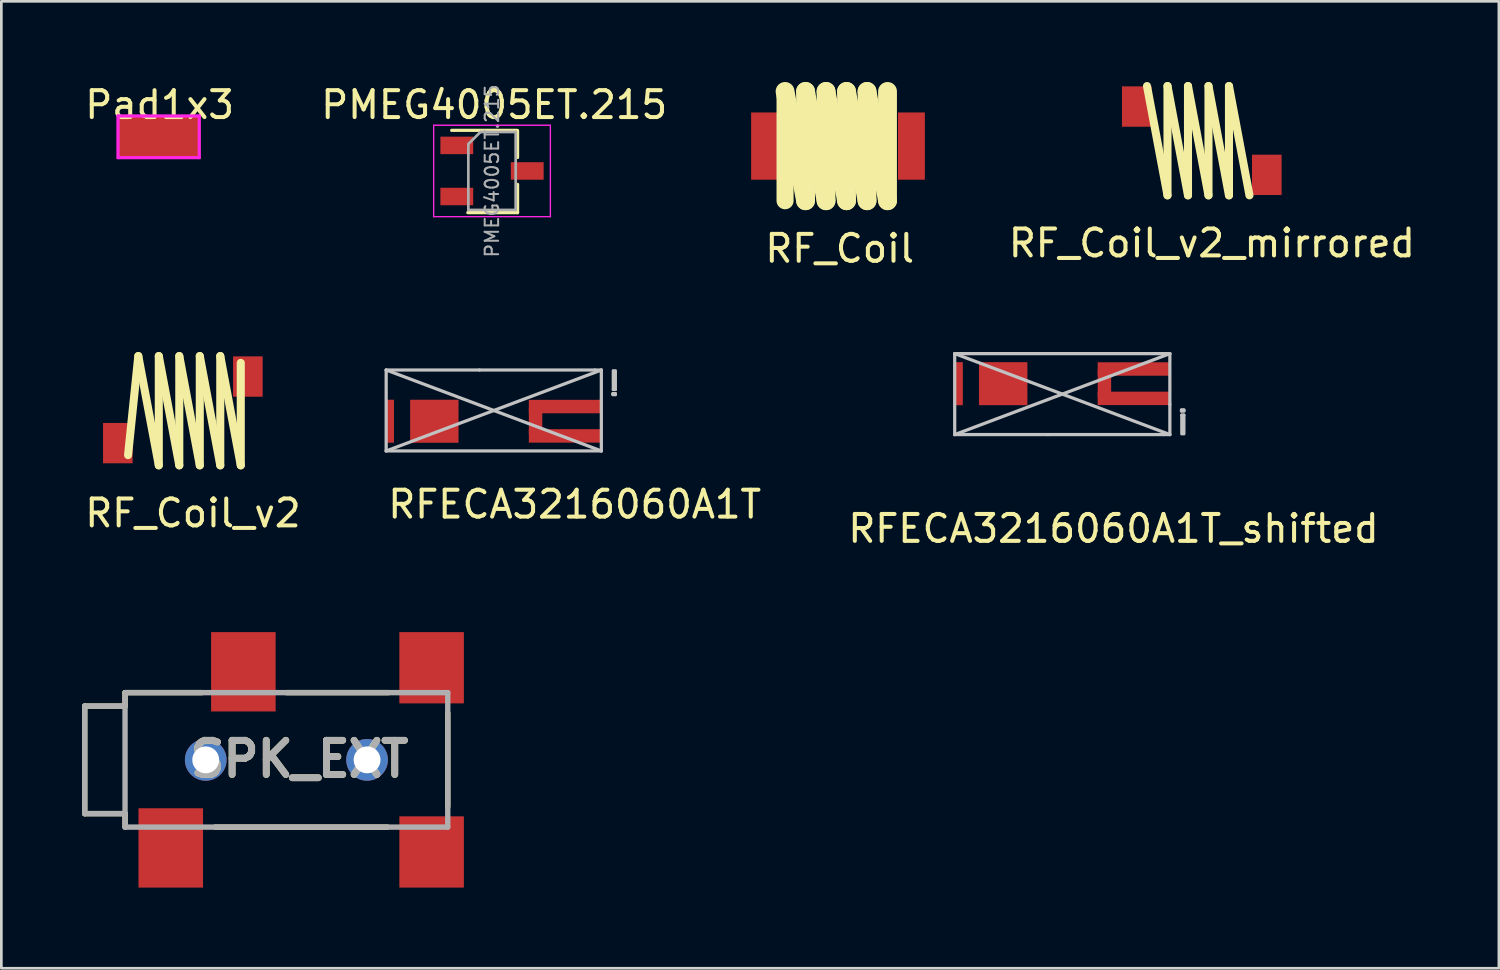
<source format=kicad_pcb>
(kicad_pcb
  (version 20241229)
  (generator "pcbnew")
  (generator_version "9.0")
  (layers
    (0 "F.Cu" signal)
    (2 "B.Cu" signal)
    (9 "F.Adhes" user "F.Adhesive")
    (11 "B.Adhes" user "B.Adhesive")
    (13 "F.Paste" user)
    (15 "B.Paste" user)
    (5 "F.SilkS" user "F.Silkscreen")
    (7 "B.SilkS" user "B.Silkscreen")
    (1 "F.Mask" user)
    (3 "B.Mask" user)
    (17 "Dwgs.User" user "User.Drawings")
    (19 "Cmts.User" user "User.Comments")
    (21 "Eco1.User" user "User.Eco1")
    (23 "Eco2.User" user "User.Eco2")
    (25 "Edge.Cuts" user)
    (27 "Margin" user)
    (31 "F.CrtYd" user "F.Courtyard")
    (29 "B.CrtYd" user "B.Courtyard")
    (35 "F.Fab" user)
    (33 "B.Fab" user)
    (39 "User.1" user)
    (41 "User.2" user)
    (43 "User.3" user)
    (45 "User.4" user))
  (footprint "RFECA3216060A1T_shifted"
    (layer "F.Cu")
    (at 36.807 11.192)
    (property "Reference" "RFECA3216060A1T_shifted" (at 1.549 5.415 0) (layer "F.SilkS") (effects (font (size 1 1) (thickness 0.15))))
    (attr through_hole)
    (fp_line (start -4.356 -1.092) (end -4.356 1.918) (stroke (width 0.12) (type solid)) (layer "Dwgs.User"))
    (fp_line (start -4.356 1.918) (end -0.889 1.918) (stroke (width 0.12) (type solid)) (layer "Dwgs.User"))
    (fp_line (start -4.356 1.918) (end 3.645 -1.092) (stroke (width 0.12) (type solid)) (layer "Dwgs.User"))
    (fp_line (start -0.889 1.918) (end 3.404 1.918) (stroke (width 0.12) (type solid)) (layer "Dwgs.User"))
    (fp_line (start 3.645 -1.092) (end -4.356 -1.092) (stroke (width 0.12) (type solid)) (layer "Dwgs.User"))
    (fp_line (start 3.645 -1.092) (end 3.645 0.8) (stroke (width 0.12) (type solid)) (layer "Dwgs.User"))
    (fp_line (start 3.645 0.8) (end 3.645 1.918) (stroke (width 0.12) (type solid)) (layer "Dwgs.User"))
    (fp_line (start 3.645 1.918) (end -4.356 -1.092) (stroke (width 0.12) (type solid)) (layer "Dwgs.User"))
    (fp_line (start 3.645 1.918) (end 3.404 1.918) (stroke (width 0.12) (type solid)) (layer "Dwgs.User"))
    (fp_line (start 4.077 1.003) (end 4.166 1.003) (stroke (width 0.12) (type solid)) (layer "Dwgs.User"))
    (fp_line (start 4.077 1.041) (end 4.077 1.003) (stroke (width 0.12) (type solid)) (layer "Dwgs.User"))
    (fp_line (start 4.089 1.194) (end 4.166 1.194) (stroke (width 0.12) (type solid)) (layer "Dwgs.User"))
    (fp_line (start 4.089 1.892) (end 4.089 1.194) (stroke (width 0.12) (type solid)) (layer "Dwgs.User"))
    (fp_line (start 4.166 1.003) (end 4.166 1.041) (stroke (width 0.12) (type solid)) (layer "Dwgs.User"))
    (fp_line (start 4.166 1.041) (end 4.077 1.041) (stroke (width 0.12) (type solid)) (layer "Dwgs.User"))
    (fp_line (start 4.166 1.194) (end 4.166 1.892) (stroke (width 0.12) (type solid)) (layer "Dwgs.User"))
    (pad "1" smd rect (at 2.311 0.572) (size 2.7 0.5) (layers "F.Cu" "F.Mask" "F.Paste"))
    (pad "2" smd rect (at -4.204 0.025) (size 0.3 1.6) (layers "F.Cu" "F.Mask" "F.Paste"))
    (pad "2" smd rect (at 2.311 -0.521) (size 2.7 0.5) (layers "F.Cu" "F.Mask" "F.Paste"))
    (pad "M" smd rect (at -2.553 0.025) (size 1.8 1.6) (layers "F.Cu" "F.Mask" "F.Paste"))
    (pad "nc" smd rect (at 1.212 0.018) (size 0.5 1) (layers "F.Cu" "F.Mask" "F.Paste")))
  (footprint "SPK_EXT"
    (layer "F.Cu")
    (at 1.6 25.206)
    (property "Reference" "SPK_EXT" (at 6.491 -0.031 0) (layer "F.SilkS") (effects (font (size 1.27 1.27) (thickness 0.254))))
    (attr through_hole)
    (fp_line (start -1.5 -2) (end 0 -2) (stroke (width 0.2) (type solid)) (layer "F.SilkS"))
    (fp_line (start -1.5 2) (end -1.5 -2) (stroke (width 0.2) (type solid)) (layer "F.SilkS"))
    (fp_line (start 0 -2.5) (end 2.864 -2.5) (stroke (width 0.2) (type solid)) (layer "F.SilkS"))
    (fp_line (start 0 -2) (end 0 -2.5) (stroke (width 0.2) (type solid)) (layer "F.SilkS"))
    (fp_line (start 0 2) (end -1.5 2) (stroke (width 0.2) (type solid)) (layer "F.SilkS"))
    (fp_line (start 0 2.5) (end 0 2) (stroke (width 0.2) (type solid)) (layer "F.SilkS"))
    (fp_line (start 3.35 2.5) (end 9.76 2.5) (stroke (width 0.2) (type solid)) (layer "F.SilkS"))
    (fp_line (start 6 -2.5) (end 9.8 -2.5) (stroke (width 0.2) (type solid)) (layer "F.SilkS"))
    (fp_line (start 12 -1.741) (end 12 1.741) (stroke (width 0.2) (type solid)) (layer "F.SilkS"))
    (fp_line (start -1.5 -2) (end -1.5 2) (stroke (width 0.2) (type solid)) (layer "F.Fab"))
    (fp_line (start -1.5 2) (end 0 2) (stroke (width 0.2) (type solid)) (layer "F.Fab"))
    (fp_line (start 0 -2.5) (end 12 -2.5) (stroke (width 0.2) (type solid)) (layer "F.Fab"))
    (fp_line (start 0 -2) (end -1.5 -2) (stroke (width 0.2) (type solid)) (layer "F.Fab"))
    (fp_line (start 0 2.5) (end 0 -2.5) (stroke (width 0.2) (type solid)) (layer "F.Fab"))
    (fp_line (start 12 -2.5) (end 12 2.5) (stroke (width 0.2) (type solid)) (layer "F.Fab"))
    (fp_line (start 12 2.5) (end 0 2.5) (stroke (width 0.2) (type solid)) (layer "F.Fab"))
    (fp_text user "${REFERENCE}" (at 6.491 -0.031 0) (layer "F.Fab") (effects (font (size 1.27 1.27) (thickness 0.254))))
    (pad "1" smd rect (at 11.4 3.425) (size 2.4 2.65) (layers "F.Cu" "F.Mask" "F.Paste"))
    (pad "2" smd rect (at 1.7 3.275) (size 2.4 2.95) (layers "F.Cu" "F.Mask" "F.Paste"))
    (pad "2" smd rect (at 4.4 -3.275) (size 2.4 2.95) (layers "F.Cu" "F.Mask" "F.Paste"))
    (pad "3" smd rect (at 11.4 -3.425) (size 2.4 2.65) (layers "F.Cu" "F.Mask" "F.Paste"))
    (pad "5" thru_hole circle (at 3 0) (size 1.55 1.55) (drill 1) (layers "*.Cu" "*.Mask"))
    (pad "6" thru_hole circle (at 9 0) (size 1.55 1.55) (drill 1) (layers "*.Cu" "*.Mask")))
  (footprint "RF_Coil_v2"
    (layer "F.Cu")
    (at 4.125 12.095)
    (property "Reference" "RF_Coil_v2" (at 0 3.937 0) (layer "F.SilkS") (effects (font (size 1 1) (thickness 0.15))))
    (attr through_hole)
    (fp_line (start -2.413 1.778) (end -2.032 -1.905) (stroke (width 0.3) (type solid)) (layer "F.SilkS"))
    (fp_line (start -1.27 2.159) (end -2.032 -1.905) (stroke (width 0.3) (type solid)) (layer "F.SilkS"))
    (fp_line (start -1.27 2.159) (end -1.27 -1.905) (stroke (width 0.3) (type solid)) (layer "F.SilkS"))
    (fp_line (start -0.508 2.159) (end -1.27 -1.905) (stroke (width 0.3) (type solid)) (layer "F.SilkS"))
    (fp_line (start -0.508 2.159) (end -0.508 -1.905) (stroke (width 0.3) (type solid)) (layer "F.SilkS"))
    (fp_line (start 0.254 2.159) (end -0.508 -1.905) (stroke (width 0.3) (type solid)) (layer "F.SilkS"))
    (fp_line (start 0.254 2.159) (end 0.254 -1.905) (stroke (width 0.3) (type solid)) (layer "F.SilkS"))
    (fp_line (start 1.016 2.159) (end 0.254 -1.905) (stroke (width 0.3) (type solid)) (layer "F.SilkS"))
    (fp_line (start 1.016 2.159) (end 1.016 -1.905) (stroke (width 0.3) (type solid)) (layer "F.SilkS"))
    (fp_line (start 1.778 2.159) (end 1.016 -1.905) (stroke (width 0.3) (type solid)) (layer "F.SilkS"))
    (fp_line (start 1.778 2.159) (end 1.778 -1.651) (stroke (width 0.3) (type solid)) (layer "F.SilkS"))
    (pad "1" smd rect (at -2.794 1.333 180) (size 1.1 1.5) (layers "F.Cu" "F.Mask" "F.Paste"))
    (pad "2" smd rect (at 2.042 -1.143 180) (size 1.1 1.5) (layers "F.Cu" "F.Mask" "F.Paste")))
  (footprint "RF_Coil"
    (layer "F.Cu")
    (at 28.175 2.255)
    (property "Reference" "RF_Coil" (at 0 3.937 0) (layer "F.SilkS") (effects (font (size 1 1) (thickness 0.15))))
    (attr through_hole)
    (fp_line (start -2.032 2.159) (end -2.032 -1.905) (stroke (width 0.635) (type solid)) (layer "F.SilkS"))
    (fp_line (start -1.27 2.159) (end -2.032 -1.905) (stroke (width 0.7) (type solid)) (layer "F.SilkS"))
    (fp_line (start -1.27 2.159) (end -1.27 -1.905) (stroke (width 0.7) (type solid)) (layer "F.SilkS"))
    (fp_line (start -0.508 2.159) (end -1.27 -1.905) (stroke (width 0.7) (type solid)) (layer "F.SilkS"))
    (fp_line (start -0.508 2.159) (end -0.508 -1.905) (stroke (width 0.7) (type solid)) (layer "F.SilkS"))
    (fp_line (start 0.254 2.159) (end -0.508 -1.905) (stroke (width 0.7) (type solid)) (layer "F.SilkS"))
    (fp_line (start 0.254 2.159) (end 0.254 -1.905) (stroke (width 0.7) (type solid)) (layer "F.SilkS"))
    (fp_line (start 1.016 2.159) (end 0.254 -1.905) (stroke (width 0.7) (type solid)) (layer "F.SilkS"))
    (fp_line (start 1.016 2.159) (end 1.016 -1.905) (stroke (width 0.7) (type solid)) (layer "F.SilkS"))
    (fp_line (start 1.778 2.159) (end 1.016 -1.905) (stroke (width 0.7) (type solid)) (layer "F.SilkS"))
    (fp_line (start 1.778 2.159) (end 1.778 -1.905) (stroke (width 0.7) (type solid)) (layer "F.SilkS"))
    (pad "1" smd rect (at -2.794 0.127 180) (size 1 2.5) (layers "F.Cu" "F.Mask" "F.Paste"))
    (pad "2" smd rect (at 2.667 0.127 180) (size 1 2.5) (layers "F.Cu" "F.Mask" "F.Paste")))
  (footprint "RF_Coil_v2_mirrored"
    (layer "F.Cu")
    (at 42.015 2.055)
    (property "Reference" "RF_Coil_v2_mirrored" (at 0 3.937 0) (layer "F.SilkS") (effects (font (size 1 1) (thickness 0.15))))
    (attr through_hole)
    (fp_line (start -1.651 2.159) (end -2.413 -1.905) (stroke (width 0.3) (type solid)) (layer "F.SilkS"))
    (fp_line (start -1.651 2.159) (end -1.651 -1.905) (stroke (width 0.3) (type solid)) (layer "F.SilkS"))
    (fp_line (start -0.889 2.159) (end -1.651 -1.905) (stroke (width 0.3) (type solid)) (layer "F.SilkS"))
    (fp_line (start -0.889 2.159) (end -0.889 -1.905) (stroke (width 0.3) (type solid)) (layer "F.SilkS"))
    (fp_line (start -0.127 2.159) (end -0.889 -1.905) (stroke (width 0.3) (type solid)) (layer "F.SilkS"))
    (fp_line (start -0.127 2.159) (end -0.127 -1.905) (stroke (width 0.3) (type solid)) (layer "F.SilkS"))
    (fp_line (start 0.635 2.159) (end -0.127 -1.905) (stroke (width 0.3) (type solid)) (layer "F.SilkS"))
    (fp_line (start 0.635 2.159) (end 0.635 -1.905) (stroke (width 0.3) (type solid)) (layer "F.SilkS"))
    (fp_line (start 1.397 2.159) (end 0.635 -1.905) (stroke (width 0.3) (type solid)) (layer "F.SilkS"))
    (pad "1" smd rect (at -2.794 -1.143 180) (size 1.1 1.5) (layers "F.Cu" "F.Mask" "F.Paste"))
    (pad "2" smd rect (at 2.042 1.397 180) (size 1.1 1.5) (layers "F.Cu" "F.Mask" "F.Paste")))
  (footprint "Pad1x3"
    (layer "F.Cu")
    (at 2.887 0.348)
    (property "Reference" "Pad1x3" (at 0 0.5 0) (layer "F.SilkS") (effects (font (size 1 1) (thickness 0.15))))
    (attr through_hole)
    (fp_line (start -1.549 0.914) (end 1.473 0.914) (stroke (width 0.12) (type solid)) (layer "F.CrtYd"))
    (fp_line (start -1.549 2.464) (end -1.549 0.914) (stroke (width 0.12) (type solid)) (layer "F.CrtYd"))
    (fp_line (start 1.473 0.914) (end 1.473 2.464) (stroke (width 0.12) (type solid)) (layer "F.CrtYd"))
    (fp_line (start 1.473 2.464) (end -1.549 2.464) (stroke (width 0.12) (type solid)) (layer "F.CrtYd"))
    (pad "1" smd rect (at -0.051 1.681) (size 3 1.5) (layers "F.Cu" "F.Mask")))
  (footprint "RFECA3216060A1T"
    (layer "F.Cu")
    (at 16.771 10.29)
    (property "Reference" "RFECA3216060A1T" (at 1.549 5.415 0) (layer "F.SilkS") (effects (font (size 1 1) (thickness 0.15))))
    (attr through_hole)
    (fp_line (start -5.461 0.419) (end -1.994 0.419) (stroke (width 0.12) (type solid)) (layer "Dwgs.User"))
    (fp_line (start -5.461 0.419) (end 2.54 3.429) (stroke (width 0.12) (type solid)) (layer "Dwgs.User"))
    (fp_line (start -5.461 3.429) (end -5.461 0.419) (stroke (width 0.12) (type solid)) (layer "Dwgs.User"))
    (fp_line (start -1.994 0.419) (end 2.299 0.419) (stroke (width 0.12) (type solid)) (layer "Dwgs.User"))
    (fp_line (start 2.54 0.419) (end -5.461 3.429) (stroke (width 0.12) (type solid)) (layer "Dwgs.User"))
    (fp_line (start 2.54 0.419) (end 2.299 0.419) (stroke (width 0.12) (type solid)) (layer "Dwgs.User"))
    (fp_line (start 2.54 1.537) (end 2.54 0.419) (stroke (width 0.12) (type solid)) (layer "Dwgs.User"))
    (fp_line (start 2.54 3.429) (end -5.461 3.429) (stroke (width 0.12) (type solid)) (layer "Dwgs.User"))
    (fp_line (start 2.54 3.429) (end 2.54 1.537) (stroke (width 0.12) (type solid)) (layer "Dwgs.User"))
    (fp_line (start 2.972 1.295) (end 2.972 1.333) (stroke (width 0.12) (type solid)) (layer "Dwgs.User"))
    (fp_line (start 2.972 1.333) (end 3.061 1.333) (stroke (width 0.12) (type solid)) (layer "Dwgs.User"))
    (fp_line (start 2.985 0.445) (end 2.985 1.143) (stroke (width 0.12) (type solid)) (layer "Dwgs.User"))
    (fp_line (start 2.985 1.143) (end 3.061 1.143) (stroke (width 0.12) (type solid)) (layer "Dwgs.User"))
    (fp_line (start 3.061 1.143) (end 3.061 0.445) (stroke (width 0.12) (type solid)) (layer "Dwgs.User"))
    (fp_line (start 3.061 1.295) (end 2.972 1.295) (stroke (width 0.12) (type solid)) (layer "Dwgs.User"))
    (fp_line (start 3.061 1.333) (end 3.061 1.295) (stroke (width 0.12) (type solid)) (layer "Dwgs.User"))
    (pad "1" smd rect (at 1.194 1.778) (size 2.7 0.5) (layers "F.Cu" "F.Mask" "F.Paste"))
    (pad "2" smd rect (at -5.321 2.324) (size 0.3 1.6) (layers "F.Cu" "F.Mask" "F.Paste"))
    (pad "2" smd rect (at 1.194 2.87) (size 2.7 0.5) (layers "F.Cu" "F.Mask" "F.Paste"))
    (pad "M" smd rect (at -3.67 2.324) (size 1.8 1.6) (layers "F.Cu" "F.Mask" "F.Paste"))
    (pad "nc" smd rect (at 0.094 2.301) (size 0.5 1) (layers "F.Cu" "F.Mask" "F.Paste")))
  (footprint "PMEG4005ET.215"
    (layer "F.Cu")
    (at 15.429 3.21)
    (property "Reference" "PMEG4005ET.215" (at -0.102 -2.362 0) (layer "F.SilkS") (effects (font (size 1 1) (thickness 0.15))))
    (attr through_hole)
    (fp_line (start 0.747 -1.413) (end -1.683 -1.413) (stroke (width 0.12) (type solid)) (layer "F.SilkS"))
    (fp_line (start 0.767 -1.403) (end 0.767 -0.403) (stroke (width 0.12) (type solid)) (layer "F.SilkS"))
    (fp_line (start 0.767 0.597) (end 0.767 1.647) (stroke (width 0.12) (type solid)) (layer "F.SilkS"))
    (fp_line (start 0.767 1.647) (end -1.083 1.647) (stroke (width 0.12) (type solid)) (layer "F.SilkS"))
    (fp_line (start -2.353 -1.603) (end -2.353 1.797) (stroke (width 0.05) (type solid)) (layer "F.CrtYd"))
    (fp_line (start -2.353 -1.603) (end 1.987 -1.603) (stroke (width 0.05) (type solid)) (layer "F.CrtYd"))
    (fp_line (start 1.987 1.797) (end -2.353 1.797) (stroke (width 0.05) (type solid)) (layer "F.CrtYd"))
    (fp_line (start 1.987 1.797) (end 1.987 -1.603) (stroke (width 0.05) (type solid)) (layer "F.CrtYd"))
    (fp_line (start -1.063 -0.903) (end -1.063 1.547) (stroke (width 0.1) (type solid)) (layer "F.Fab"))
    (fp_line (start -1.063 -0.903) (end -0.613 -1.353) (stroke (width 0.1) (type solid)) (layer "F.Fab"))
    (fp_line (start 0.697 -1.353) (end -0.613 -1.353) (stroke (width 0.1) (type solid)) (layer "F.Fab"))
    (fp_line (start 0.697 -1.353) (end 0.697 1.547) (stroke (width 0.1) (type solid)) (layer "F.Fab"))
    (fp_line (start 0.697 1.547) (end -1.063 1.547) (stroke (width 0.1) (type solid)) (layer "F.Fab"))
    (fp_text user "${REFERENCE}" (at -0.183 0.097 90) (layer "F.Fab") (effects (font (size 0.5 0.5) (thickness 0.075))))
    (pad "1" smd rect (at 1.127 0.097) (size 1.22 0.65) (layers "F.Cu" "F.Mask" "F.Paste"))
    (pad "2" smd rect (at -1.493 -0.853) (size 1.22 0.65) (layers "F.Cu" "F.Mask" "F.Paste"))
    (pad "NC" smd rect (at -1.493 1.047) (size 1.22 0.65) (layers "F.Cu" "F.Mask" "F.Paste")))
  (gr_rect
    (start -3 -3)
    (end 52.687 32.956)
    (stroke (width 0.1) (type default))
    (fill no)
    (layer "Edge.Cuts")))
</source>
